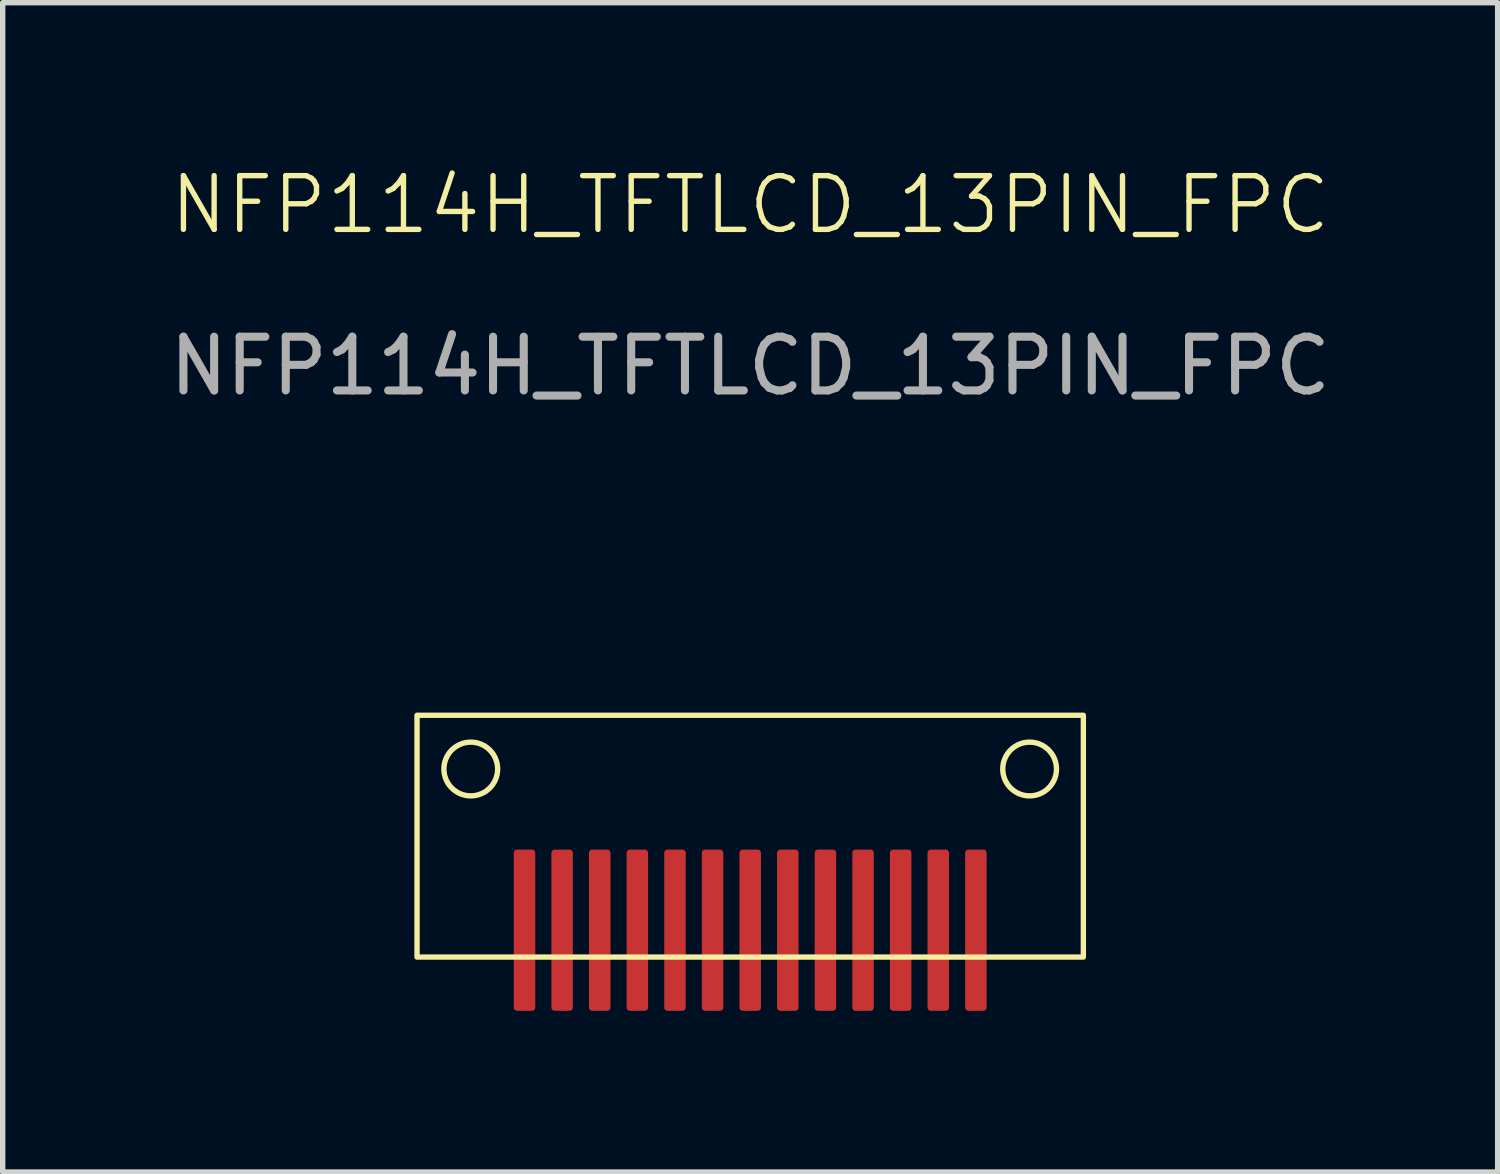
<source format=kicad_pcb>
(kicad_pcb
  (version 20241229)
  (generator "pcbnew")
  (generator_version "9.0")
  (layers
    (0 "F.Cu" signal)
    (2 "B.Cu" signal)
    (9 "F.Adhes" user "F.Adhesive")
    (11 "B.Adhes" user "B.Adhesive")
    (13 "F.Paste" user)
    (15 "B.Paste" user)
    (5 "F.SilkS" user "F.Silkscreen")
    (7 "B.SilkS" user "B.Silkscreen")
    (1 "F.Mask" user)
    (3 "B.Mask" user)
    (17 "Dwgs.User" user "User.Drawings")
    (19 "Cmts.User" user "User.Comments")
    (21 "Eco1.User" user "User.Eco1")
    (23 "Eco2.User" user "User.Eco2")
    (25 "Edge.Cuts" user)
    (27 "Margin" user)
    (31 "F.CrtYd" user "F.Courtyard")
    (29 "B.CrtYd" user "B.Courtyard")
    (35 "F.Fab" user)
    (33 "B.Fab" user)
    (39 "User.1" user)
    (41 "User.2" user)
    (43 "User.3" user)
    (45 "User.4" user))
  (footprint "NFP114H_TFTLCD_13PIN_FPC"
    (layer "F.Cu")
    (at 10.911 14.261)
    (property "Reference" "NFP114H_TFTLCD_13PIN_FPC" (at 0 -13.5 0) (unlocked yes) (layer "F.SilkS") (effects (font (size 1 1) (thickness 0.1))))
    (attr smd)
    (fp_rect (start -6.2 -4) (end 6.2 0.5) (stroke (width 0.1) (type default)) (fill no) (layer "F.SilkS"))
    (fp_circle (center -5.2 -3) (end -4.8 -2.7) (stroke (width 0.1) (type default)) (fill no) (layer "F.SilkS"))
    (fp_circle (center 5.2 -3) (end 5.6 -2.7) (stroke (width 0.1) (type default)) (fill no) (layer "F.SilkS"))
    (fp_text user "${REFERENCE}" (at 0 -10.5 0) (unlocked yes) (layer "F.Fab") (effects (font (size 1 1) (thickness 0.15))))
    (pad "1" smd roundrect (at -4.2 0) (size 0.4 3) (layers "F.Cu" "F.Mask" "F.Paste") (roundrect_rratio 0.15))
    (pad "2" smd roundrect (at -3.5 0) (size 0.4 3) (layers "F.Cu" "F.Mask" "F.Paste") (roundrect_rratio 0.15))
    (pad "3" smd roundrect (at -2.8 0) (size 0.4 3) (layers "F.Cu" "F.Mask" "F.Paste") (roundrect_rratio 0.15))
    (pad "4" smd roundrect (at -2.1 0) (size 0.4 3) (layers "F.Cu" "F.Mask" "F.Paste") (roundrect_rratio 0.15))
    (pad "5" smd roundrect (at -1.4 0) (size 0.4 3) (layers "F.Cu" "F.Mask" "F.Paste") (roundrect_rratio 0.15))
    (pad "6" smd roundrect (at -0.7 0) (size 0.4 3) (layers "F.Cu" "F.Mask" "F.Paste") (roundrect_rratio 0.15))
    (pad "7" smd roundrect (at 0 0) (size 0.4 3) (layers "F.Cu" "F.Mask" "F.Paste") (roundrect_rratio 0.15))
    (pad "8" smd roundrect (at 0.7 0) (size 0.4 3) (layers "F.Cu" "F.Mask" "F.Paste") (roundrect_rratio 0.15))
    (pad "9" smd roundrect (at 1.4 0) (size 0.4 3) (layers "F.Cu" "F.Mask" "F.Paste") (roundrect_rratio 0.15))
    (pad "10" smd roundrect (at 2.1 0) (size 0.4 3) (layers "F.Cu" "F.Mask" "F.Paste") (roundrect_rratio 0.15))
    (pad "11" smd roundrect (at 2.8 0) (size 0.4 3) (layers "F.Cu" "F.Mask" "F.Paste") (roundrect_rratio 0.15))
    (pad "12" smd roundrect (at 3.5 0) (size 0.4 3) (layers "F.Cu" "F.Mask" "F.Paste") (roundrect_rratio 0.15))
    (pad "13" smd roundrect (at 4.2 0) (size 0.4 3) (layers "F.Cu" "F.Mask" "F.Paste") (roundrect_rratio 0.15)))
  (gr_rect
    (start -3 -3)
    (end 24.821 18.761)
    (stroke (width 0.1) (type default))
    (fill no)
    (layer "Edge.Cuts")))
</source>
